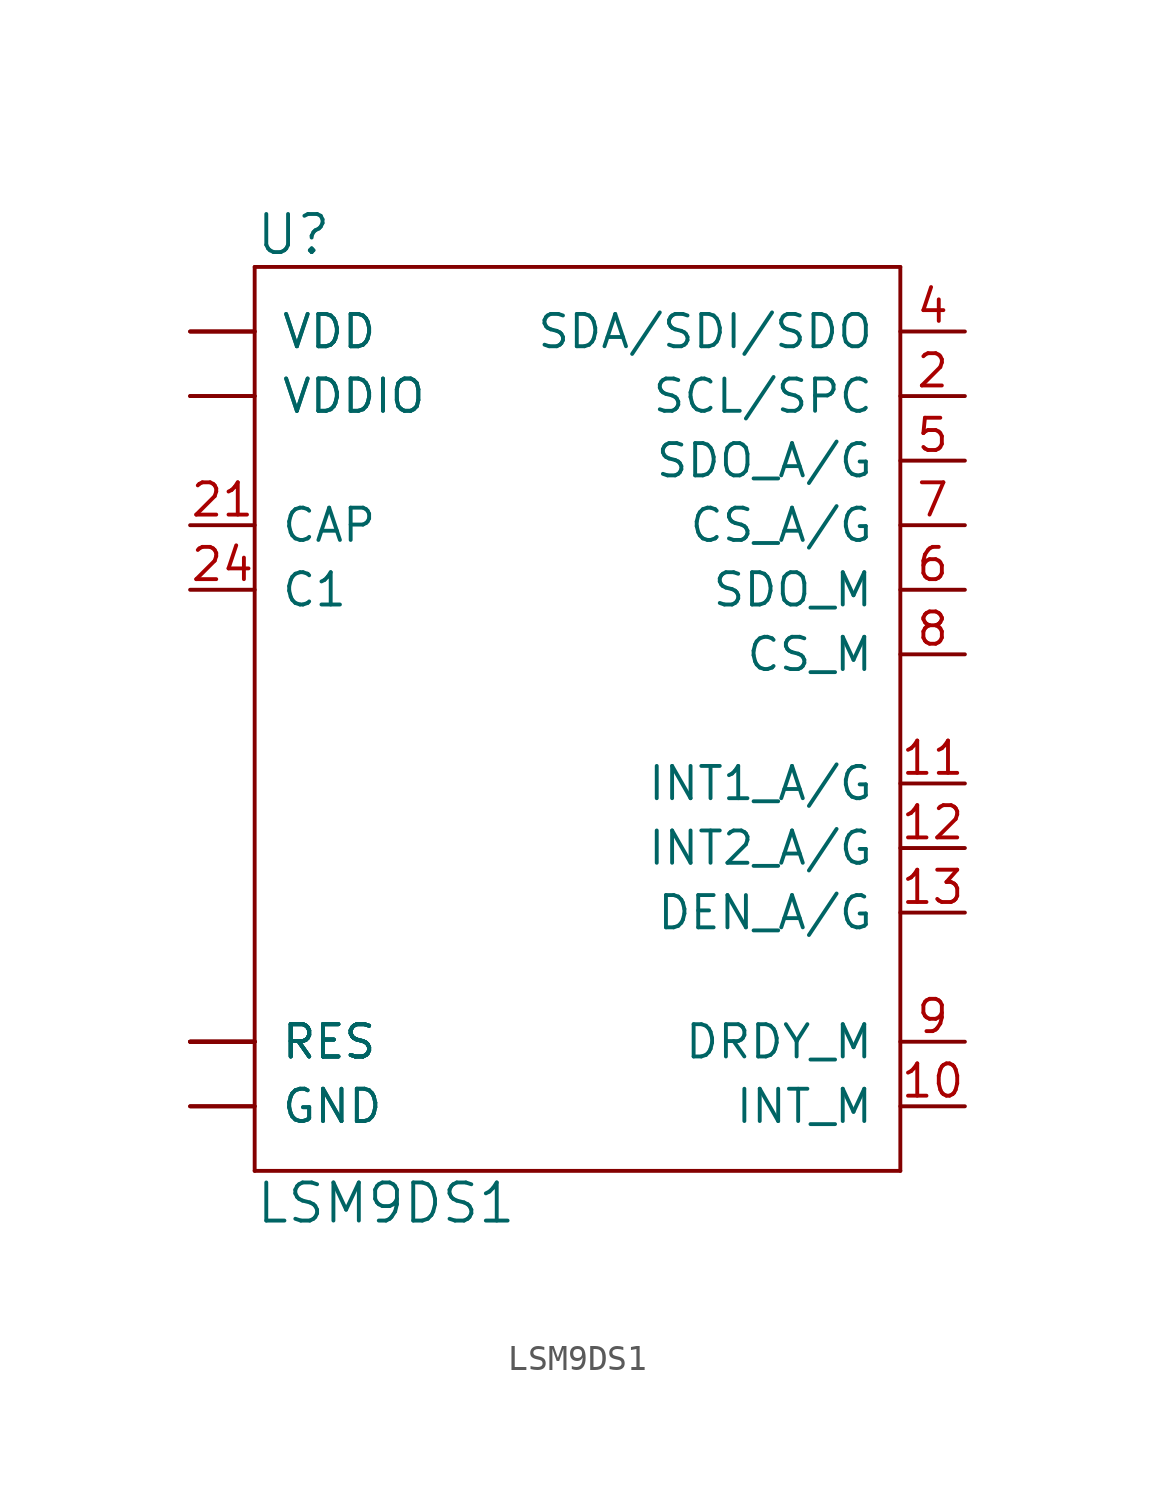
<source format=kicad_sym>
(kicad_symbol_lib
  (version 20231120)
  (generator "kicad_symbol_editor")
  (generator_version "8.0")
  (symbol "LSM9DS1"
    (pin_names
      (offset 1.016))
    (property "Reference" "U"
      (at -12.7 19.05 0)
      (effects (font (size 1.499 1.499)) (justify left)))
    (property "Value" "LSM9DS1"
      (at -12.7 -19.05 0)
      (effects (font (size 1.499 1.499)) (justify left)))
    (property "ki_locked" ""
      (at 0 0 0)
      (effects (font (size 1.27 1.27))))
    (symbol "LSM9DS1_1_0"
      (polyline (pts (xy -12.7 -17.78) (xy 12.7 -17.78)) (stroke (width 0) (type solid)) (fill (type none)))
      (polyline (pts (xy -12.7 17.78) (xy -12.7 -17.78)) (stroke (width 0) (type solid)) (fill (type none)))
      (polyline (pts (xy 12.7 -17.78) (xy 12.7 17.78)) (stroke (width 0) (type solid)) (fill (type none)))
      (polyline (pts (xy 12.7 17.78) (xy -12.7 17.78)) (stroke (width 0) (type solid)) (fill (type none)))
      (pin bidirectional line (at -15.24 12.7 0) (length 2.54) (name "VDDIO" (effects (font (size 1.27 1.27)))) (number "1" (effects (font (size 0 0)))))
      (pin bidirectional line (at 15.24 -15.24 180) (length 2.54) (name "INT_M" (effects (font (size 1.27 1.27)))) (number "10" (effects (font (size 1.27 1.27)))))
      (pin bidirectional line (at 15.24 -2.54 180) (length 2.54) (name "INT1_A/G" (effects (font (size 1.27 1.27)))) (number "11" (effects (font (size 1.27 1.27)))))
      (pin bidirectional line (at 15.24 -5.08 180) (length 2.54) (name "INT2_A/G" (effects (font (size 1.27 1.27)))) (number "12" (effects (font (size 1.27 1.27)))))
      (pin bidirectional line (at 15.24 -7.62 180) (length 2.54) (name "DEN_A/G" (effects (font (size 1.27 1.27)))) (number "13" (effects (font (size 1.27 1.27)))))
      (pin bidirectional line (at -15.24 -12.7 0) (length 2.54) (name "RES" (effects (font (size 1.27 1.27)))) (number "14" (effects (font (size 0 0)))))
      (pin bidirectional line (at -15.24 -12.7 0) (length 2.54) (name "RES" (effects (font (size 1.27 1.27)))) (number "15" (effects (font (size 0 0)))))
      (pin bidirectional line (at -15.24 -12.7 0) (length 2.54) (name "RES" (effects (font (size 1.27 1.27)))) (number "16" (effects (font (size 0 0)))))
      (pin bidirectional line (at -15.24 -12.7 0) (length 2.54) (name "RES" (effects (font (size 1.27 1.27)))) (number "17" (effects (font (size 0 0)))))
      (pin bidirectional line (at -15.24 -12.7 0) (length 2.54) (name "RES" (effects (font (size 1.27 1.27)))) (number "18" (effects (font (size 0 0)))))
      (pin bidirectional line (at -15.24 -15.24 0) (length 2.54) (name "GND" (effects (font (size 1.27 1.27)))) (number "19" (effects (font (size 0 0)))))
      (pin bidirectional line (at 15.24 12.7 180) (length 2.54) (name "SCL/SPC" (effects (font (size 1.27 1.27)))) (number "2" (effects (font (size 1.27 1.27)))))
      (pin bidirectional line (at -15.24 -15.24 0) (length 2.54) (name "GND" (effects (font (size 1.27 1.27)))) (number "20" (effects (font (size 0 0)))))
      (pin bidirectional line (at -15.24 7.62 0) (length 2.54) (name "CAP" (effects (font (size 1.27 1.27)))) (number "21" (effects (font (size 1.27 1.27)))))
      (pin bidirectional line (at -15.24 15.24 0) (length 2.54) (name "VDD" (effects (font (size 1.27 1.27)))) (number "22" (effects (font (size 0 0)))))
      (pin bidirectional line (at -15.24 15.24 0) (length 2.54) (name "VDD" (effects (font (size 1.27 1.27)))) (number "23" (effects (font (size 0 0)))))
      (pin bidirectional line (at -15.24 5.08 0) (length 2.54) (name "C1" (effects (font (size 1.27 1.27)))) (number "24" (effects (font (size 1.27 1.27)))))
      (pin bidirectional line (at -15.24 12.7 0) (length 2.54) (name "VDDIO" (effects (font (size 1.27 1.27)))) (number "3" (effects (font (size 0 0)))))
      (pin bidirectional line (at 15.24 15.24 180) (length 2.54) (name "SDA/SDI/SDO" (effects (font (size 1.27 1.27)))) (number "4" (effects (font (size 1.27 1.27)))))
      (pin bidirectional line (at 15.24 10.16 180) (length 2.54) (name "SDO_A/G" (effects (font (size 1.27 1.27)))) (number "5" (effects (font (size 1.27 1.27)))))
      (pin bidirectional line (at 15.24 5.08 180) (length 2.54) (name "SDO_M" (effects (font (size 1.27 1.27)))) (number "6" (effects (font (size 1.27 1.27)))))
      (pin bidirectional line (at 15.24 7.62 180) (length 2.54) (name "CS_A/G" (effects (font (size 1.27 1.27)))) (number "7" (effects (font (size 1.27 1.27)))))
      (pin bidirectional line (at 15.24 2.54 180) (length 2.54) (name "CS_M" (effects (font (size 1.27 1.27)))) (number "8" (effects (font (size 1.27 1.27)))))
      (pin bidirectional line (at 15.24 -12.7 180) (length 2.54) (name "DRDY_M" (effects (font (size 1.27 1.27)))) (number "9" (effects (font (size 1.27 1.27))))))))
</source>
